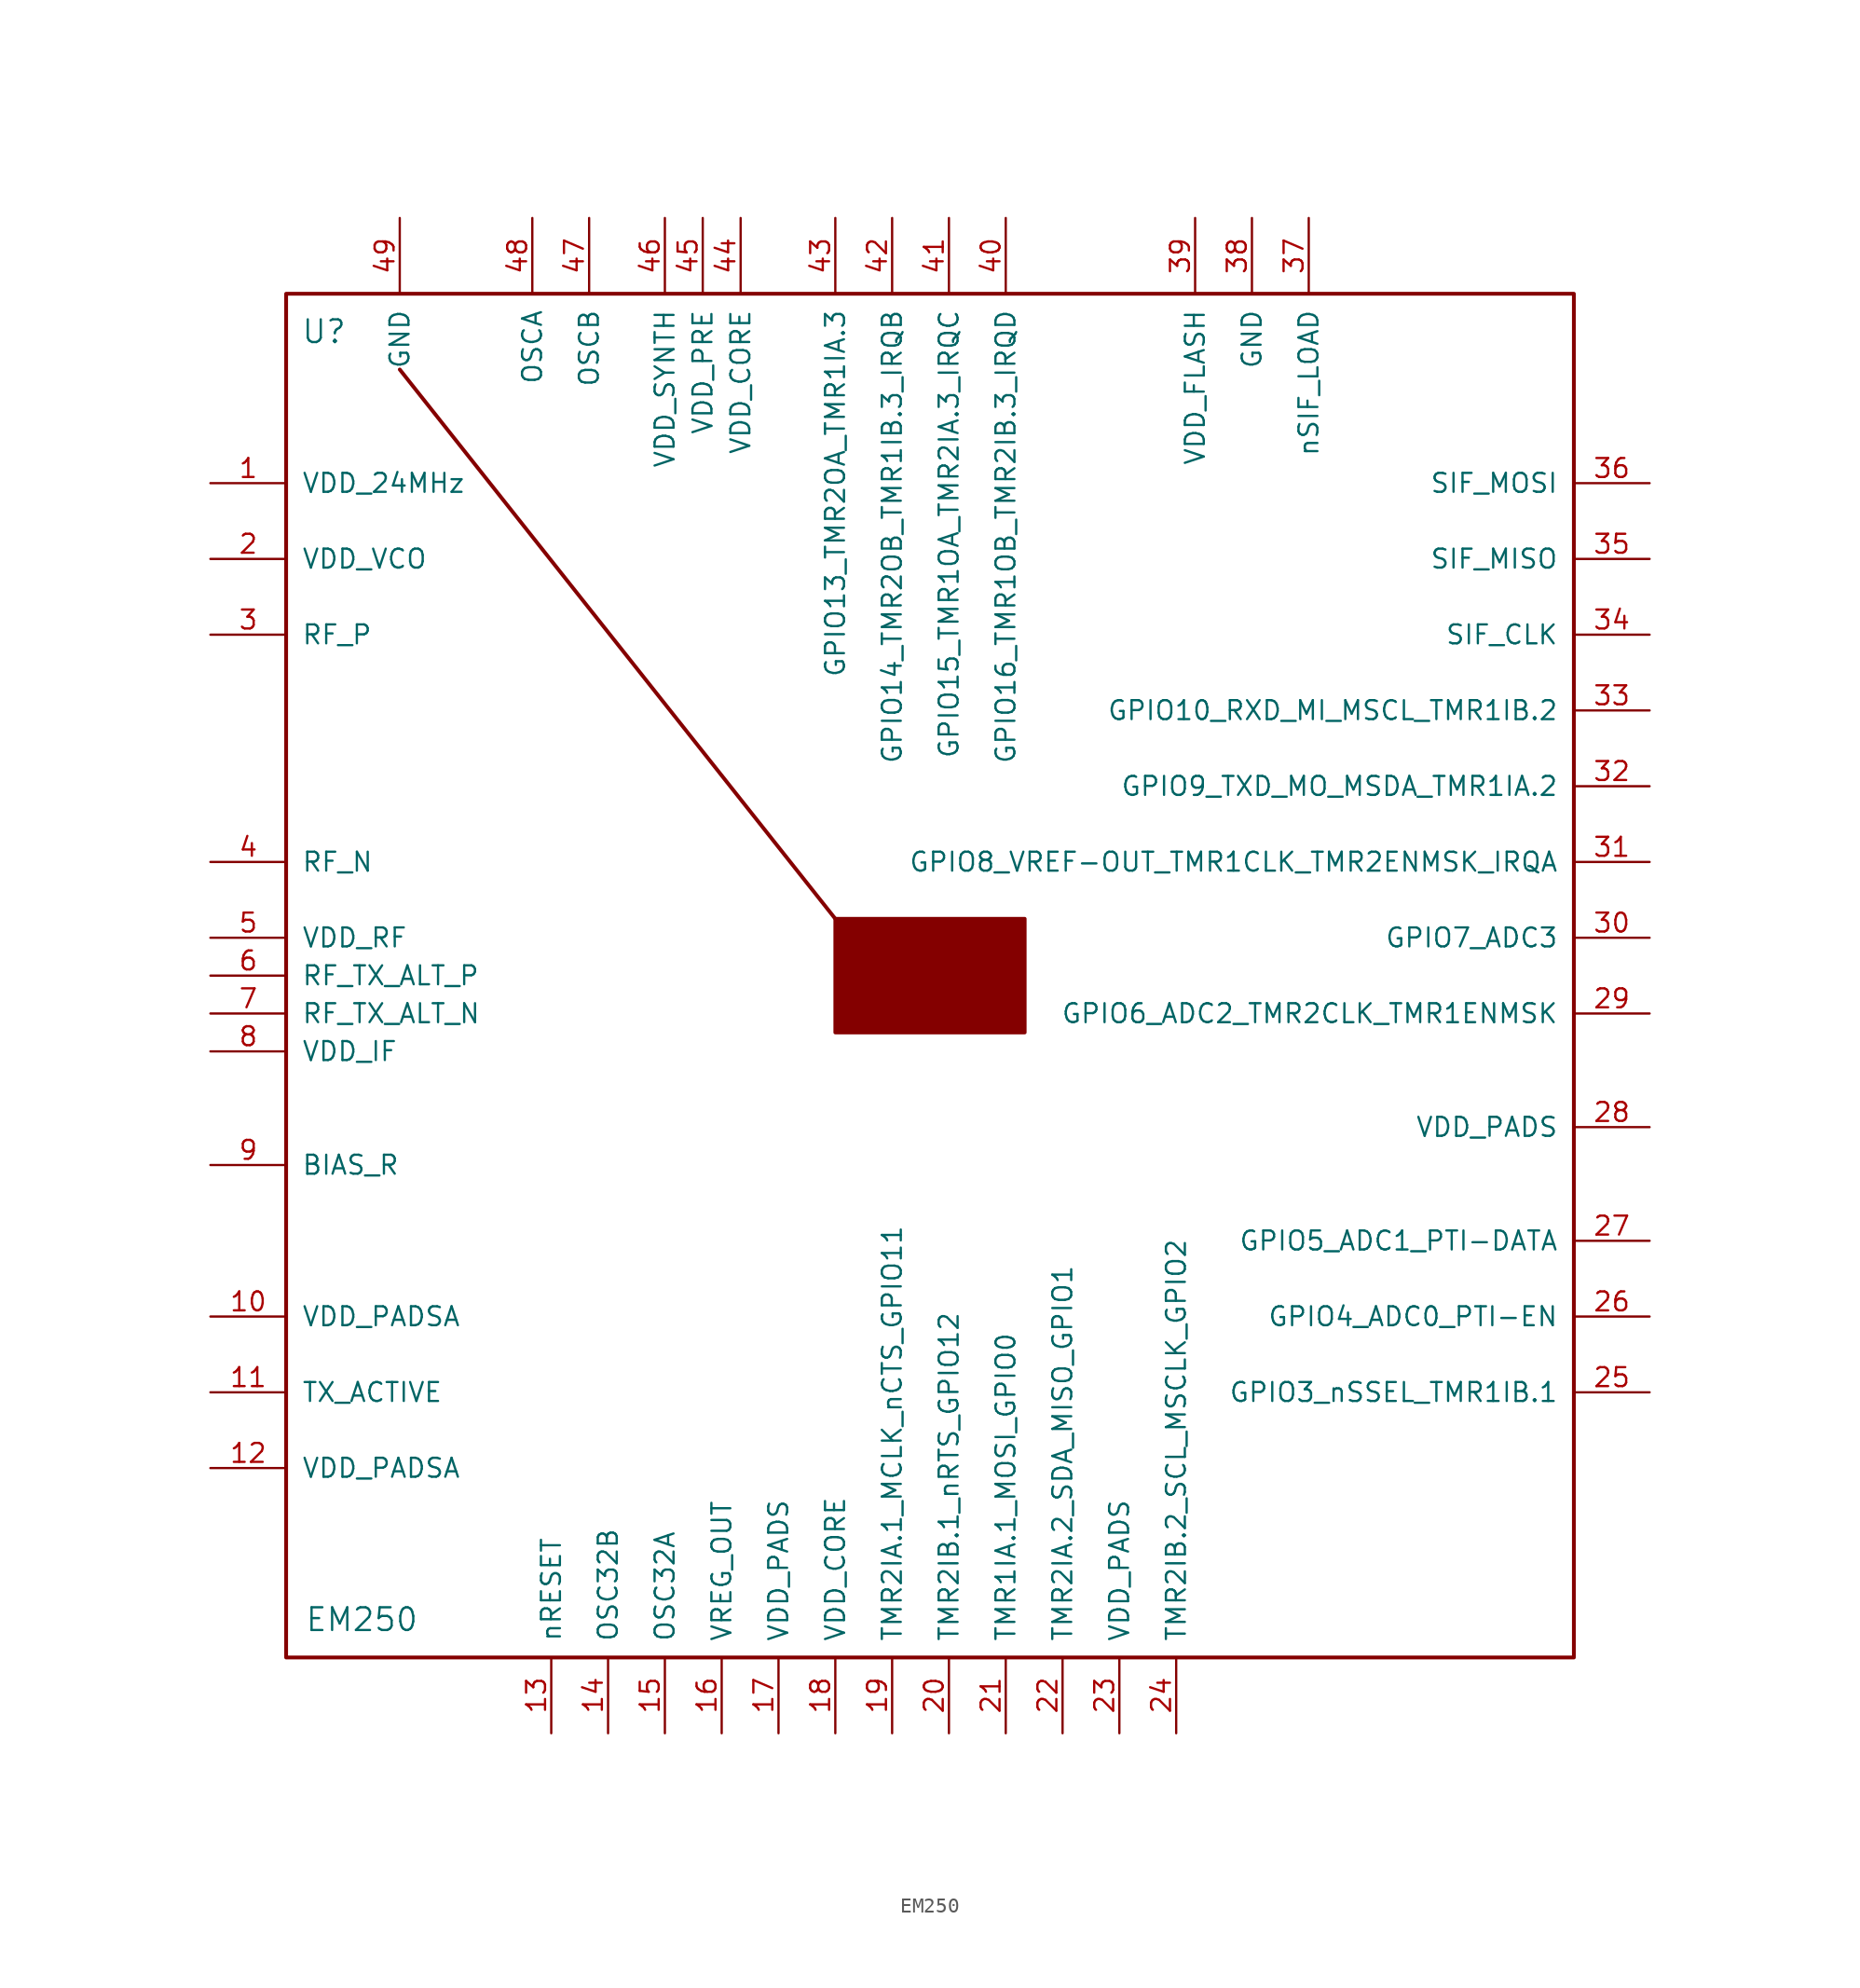
<source format=kicad_sym>
(kicad_symbol_lib
  (version 20220914)
  (generator kicad_symbol_editor)
  (symbol "EM250"
    (pin_names
      (offset 1.016))
    (property "Reference" "U"
      (at -40.64 43.18 0)
      (effects (font (size 1.524 1.524))))
    (property "Value" "EM250"
      (at -38.1 -43.18 0)
      (effects (font (size 1.524 1.524))))
    (symbol "EM250_0_1"
      (rectangle (start -6.35 3.81) (end 6.35 -3.81) (stroke (width 0.254) (type solid)) (fill (type outline)))
      (polyline (pts (xy -35.56 40.64) (xy -6.35 3.81)) (stroke (width 0.254) (type solid)) (fill (type none))))
    (symbol "EM250_1_1"
      (rectangle (start -43.18 45.72) (end 43.18 -45.72) (stroke (width 0.254) (type solid)) (fill (type none)))
      (pin input line (at -48.26 33.02 0) (length 5.08) (name "VDD_24MHz" (effects (font (size 1.27 1.27)))) (number "1" (effects (font (size 1.27 1.27)))))
      (pin input line (at -48.26 -22.86 0) (length 5.08) (name "VDD_PADSA" (effects (font (size 1.27 1.27)))) (number "10" (effects (font (size 1.27 1.27)))))
      (pin input line (at -48.26 -27.94 0) (length 5.08) (name "TX_ACTIVE" (effects (font (size 1.27 1.27)))) (number "11" (effects (font (size 1.27 1.27)))))
      (pin input line (at -48.26 -33.02 0) (length 5.08) (name "VDD_PADSA" (effects (font (size 1.27 1.27)))) (number "12" (effects (font (size 1.27 1.27)))))
      (pin input line (at -25.4 -50.8 90) (length 5.08) (name "nRESET" (effects (font (size 1.27 1.27)))) (number "13" (effects (font (size 1.27 1.27)))))
      (pin input line (at -21.59 -50.8 90) (length 5.08) (name "OSC32B" (effects (font (size 1.27 1.27)))) (number "14" (effects (font (size 1.27 1.27)))))
      (pin input line (at -17.78 -50.8 90) (length 5.08) (name "OSC32A" (effects (font (size 1.27 1.27)))) (number "15" (effects (font (size 1.27 1.27)))))
      (pin input line (at -13.97 -50.8 90) (length 5.08) (name "VREG_OUT" (effects (font (size 1.27 1.27)))) (number "16" (effects (font (size 1.27 1.27)))))
      (pin input line (at -10.16 -50.8 90) (length 5.08) (name "VDD_PADS" (effects (font (size 1.27 1.27)))) (number "17" (effects (font (size 1.27 1.27)))))
      (pin input line (at -6.35 -50.8 90) (length 5.08) (name "VDD_CORE" (effects (font (size 1.27 1.27)))) (number "18" (effects (font (size 1.27 1.27)))))
      (pin input line (at -2.54 -50.8 90) (length 5.08) (name "TMR2IA.1_MCLK_nCTS_GPIO11" (effects (font (size 1.27 1.27)))) (number "19" (effects (font (size 1.27 1.27)))))
      (pin input line (at -48.26 27.94 0) (length 5.08) (name "VDD_VCO" (effects (font (size 1.27 1.27)))) (number "2" (effects (font (size 1.27 1.27)))))
      (pin input line (at 1.27 -50.8 90) (length 5.08) (name "TMR2IB.1_nRTS_GPIO12" (effects (font (size 1.27 1.27)))) (number "20" (effects (font (size 1.27 1.27)))))
      (pin input line (at 5.08 -50.8 90) (length 5.08) (name "TMR1IA.1_MOSI_GPIO0" (effects (font (size 1.27 1.27)))) (number "21" (effects (font (size 1.27 1.27)))))
      (pin input line (at 8.89 -50.8 90) (length 5.08) (name "TMR2IA.2_SDA_MISO_GPIO1" (effects (font (size 1.27 1.27)))) (number "22" (effects (font (size 1.27 1.27)))))
      (pin input line (at 12.7 -50.8 90) (length 5.08) (name "VDD_PADS" (effects (font (size 1.27 1.27)))) (number "23" (effects (font (size 1.27 1.27)))))
      (pin input line (at 16.51 -50.8 90) (length 5.08) (name "TMR2IB.2_SCL_MSCLK_GPIO2" (effects (font (size 1.27 1.27)))) (number "24" (effects (font (size 1.27 1.27)))))
      (pin input line (at 48.26 -27.94 180) (length 5.08) (name "GPIO3_nSSEL_TMR1IB.1" (effects (font (size 1.27 1.27)))) (number "25" (effects (font (size 1.27 1.27)))))
      (pin input line (at 48.26 -22.86 180) (length 5.08) (name "GPIO4_ADC0_PTI-EN" (effects (font (size 1.27 1.27)))) (number "26" (effects (font (size 1.27 1.27)))))
      (pin input line (at 48.26 -17.78 180) (length 5.08) (name "GPIO5_ADC1_PTI-DATA" (effects (font (size 1.27 1.27)))) (number "27" (effects (font (size 1.27 1.27)))))
      (pin input line (at 48.26 -10.16 180) (length 5.08) (name "VDD_PADS" (effects (font (size 1.27 1.27)))) (number "28" (effects (font (size 1.27 1.27)))))
      (pin input line (at 48.26 -2.54 180) (length 5.08) (name "GPIO6_ADC2_TMR2CLK_TMR1ENMSK" (effects (font (size 1.27 1.27)))) (number "29" (effects (font (size 1.27 1.27)))))
      (pin input line (at -48.26 22.86 0) (length 5.08) (name "RF_P" (effects (font (size 1.27 1.27)))) (number "3" (effects (font (size 1.27 1.27)))))
      (pin input line (at 48.26 2.54 180) (length 5.08) (name "GPIO7_ADC3" (effects (font (size 1.27 1.27)))) (number "30" (effects (font (size 1.27 1.27)))))
      (pin input line (at 48.26 7.62 180) (length 5.08) (name "GPIO8_VREF-OUT_TMR1CLK_TMR2ENMSK_IRQA" (effects (font (size 1.27 1.27)))) (number "31" (effects (font (size 1.27 1.27)))))
      (pin input line (at 48.26 12.7 180) (length 5.08) (name "GPIO9_TXD_MO_MSDA_TMR1IA.2" (effects (font (size 1.27 1.27)))) (number "32" (effects (font (size 1.27 1.27)))))
      (pin input line (at 48.26 17.78 180) (length 5.08) (name "GPIO10_RXD_MI_MSCL_TMR1IB.2" (effects (font (size 1.27 1.27)))) (number "33" (effects (font (size 1.27 1.27)))))
      (pin input line (at 48.26 22.86 180) (length 5.08) (name "SIF_CLK" (effects (font (size 1.27 1.27)))) (number "34" (effects (font (size 1.27 1.27)))))
      (pin input line (at 48.26 27.94 180) (length 5.08) (name "SIF_MISO" (effects (font (size 1.27 1.27)))) (number "35" (effects (font (size 1.27 1.27)))))
      (pin input line (at 48.26 33.02 180) (length 5.08) (name "SIF_MOSI" (effects (font (size 1.27 1.27)))) (number "36" (effects (font (size 1.27 1.27)))))
      (pin input line (at 25.4 50.8 270) (length 5.08) (name "nSIF_LOAD" (effects (font (size 1.27 1.27)))) (number "37" (effects (font (size 1.27 1.27)))))
      (pin input line (at 21.59 50.8 270) (length 5.08) (name "GND" (effects (font (size 1.27 1.27)))) (number "38" (effects (font (size 1.27 1.27)))))
      (pin input line (at 17.78 50.8 270) (length 5.08) (name "VDD_FLASH" (effects (font (size 1.27 1.27)))) (number "39" (effects (font (size 1.27 1.27)))))
      (pin input line (at -48.26 7.62 0) (length 5.08) (name "RF_N" (effects (font (size 1.27 1.27)))) (number "4" (effects (font (size 1.27 1.27)))))
      (pin input line (at 5.08 50.8 270) (length 5.08) (name "GPIO16_TMR1OB_TMR2IB.3_IRQD" (effects (font (size 1.27 1.27)))) (number "40" (effects (font (size 1.27 1.27)))))
      (pin input line (at 1.27 50.8 270) (length 5.08) (name "GPIO15_TMR1OA_TMR2IA.3_IRQC" (effects (font (size 1.27 1.27)))) (number "41" (effects (font (size 1.27 1.27)))))
      (pin input line (at -2.54 50.8 270) (length 5.08) (name "GPIO14_TMR2OB_TMR1IB.3_IRQB" (effects (font (size 1.27 1.27)))) (number "42" (effects (font (size 1.27 1.27)))))
      (pin input line (at -6.35 50.8 270) (length 5.08) (name "GPIO13_TMR2OA_TMR1IA.3" (effects (font (size 1.27 1.27)))) (number "43" (effects (font (size 1.27 1.27)))))
      (pin input line (at -12.7 50.8 270) (length 5.08) (name "VDD_CORE" (effects (font (size 1.27 1.27)))) (number "44" (effects (font (size 1.27 1.27)))))
      (pin input line (at -15.24 50.8 270) (length 5.08) (name "VDD_PRE" (effects (font (size 1.27 1.27)))) (number "45" (effects (font (size 1.27 1.27)))))
      (pin input line (at -17.78 50.8 270) (length 5.08) (name "VDD_SYNTH" (effects (font (size 1.27 1.27)))) (number "46" (effects (font (size 1.27 1.27)))))
      (pin input line (at -22.86 50.8 270) (length 5.08) (name "OSCB" (effects (font (size 1.27 1.27)))) (number "47" (effects (font (size 1.27 1.27)))))
      (pin input line (at -26.67 50.8 270) (length 5.08) (name "OSCA" (effects (font (size 1.27 1.27)))) (number "48" (effects (font (size 1.27 1.27)))))
      (pin input line (at -35.56 50.8 270) (length 5.08) (name "GND" (effects (font (size 1.27 1.27)))) (number "49" (effects (font (size 1.27 1.27)))))
      (pin input line (at -48.26 2.54 0) (length 5.08) (name "VDD_RF" (effects (font (size 1.27 1.27)))) (number "5" (effects (font (size 1.27 1.27)))))
      (pin input line (at -48.26 0 0) (length 5.08) (name "RF_TX_ALT_P" (effects (font (size 1.27 1.27)))) (number "6" (effects (font (size 1.27 1.27)))))
      (pin input line (at -48.26 -2.54 0) (length 5.08) (name "RF_TX_ALT_N" (effects (font (size 1.27 1.27)))) (number "7" (effects (font (size 1.27 1.27)))))
      (pin input line (at -48.26 -5.08 0) (length 5.08) (name "VDD_IF" (effects (font (size 1.27 1.27)))) (number "8" (effects (font (size 1.27 1.27)))))
      (pin input line (at -48.26 -12.7 0) (length 5.08) (name "BIAS_R" (effects (font (size 1.27 1.27)))) (number "9" (effects (font (size 1.27 1.27))))))))
</source>
